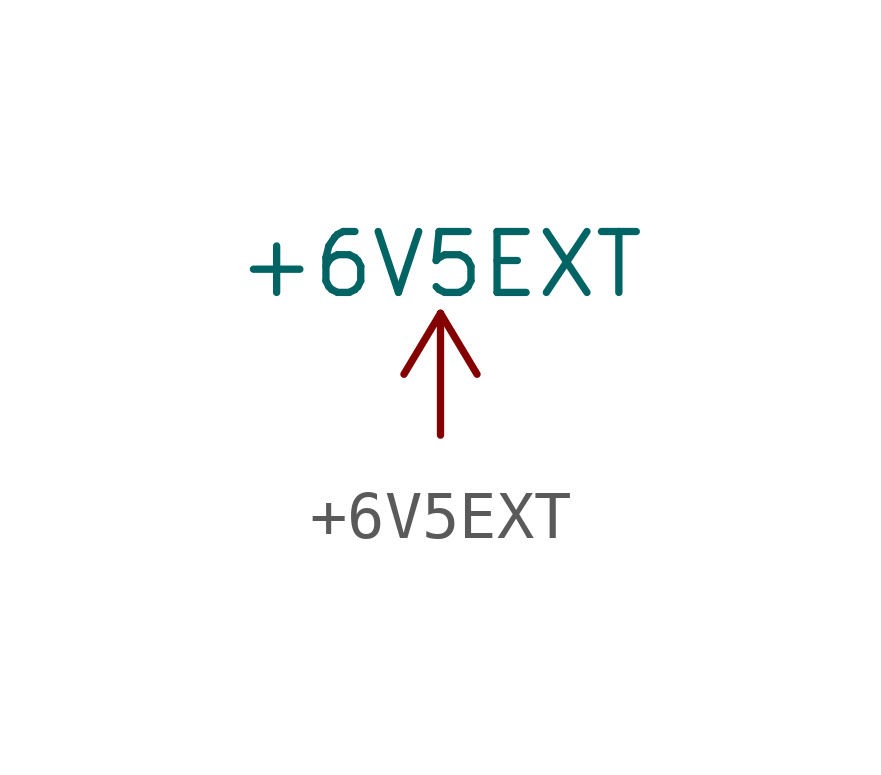
<source format=kicad_sym>
(kicad_symbol_lib
  (version 20220914)
  (generator kicad_symbol_editor)
  (symbol "+6V5EXT"
    (power)
    (pin_names
      (offset 0))
    (property "Reference" "#PWR6V5EXT"
      (at 0 -3.81 0)
      (effects (font (size 1.27 1.27)) hide))
    (property "Value" "+6V5EXT"
      (at 0 3.556 0)
      (effects (font (size 1.27 1.27))))
    (symbol "+6V5EXT_0_1"
      (polyline (pts (xy -0.762 1.27) (xy 0 2.54)) (stroke (width 0) (type default)) (fill (type none)))
      (polyline (pts (xy 0 0) (xy 0 2.54)) (stroke (width 0) (type default)) (fill (type none)))
      (polyline (pts (xy 0 2.54) (xy 0.762 1.27)) (stroke (width 0) (type default)) (fill (type none))))
    (symbol "+6V5EXT_1_1"
      (pin power_in line (at 0 0 90) (length 0) hide (name "+6V5EXT" (effects (font (size 1.27 1.27)))) (number "1" (effects (font (size 1.27 1.27))))))))
</source>
